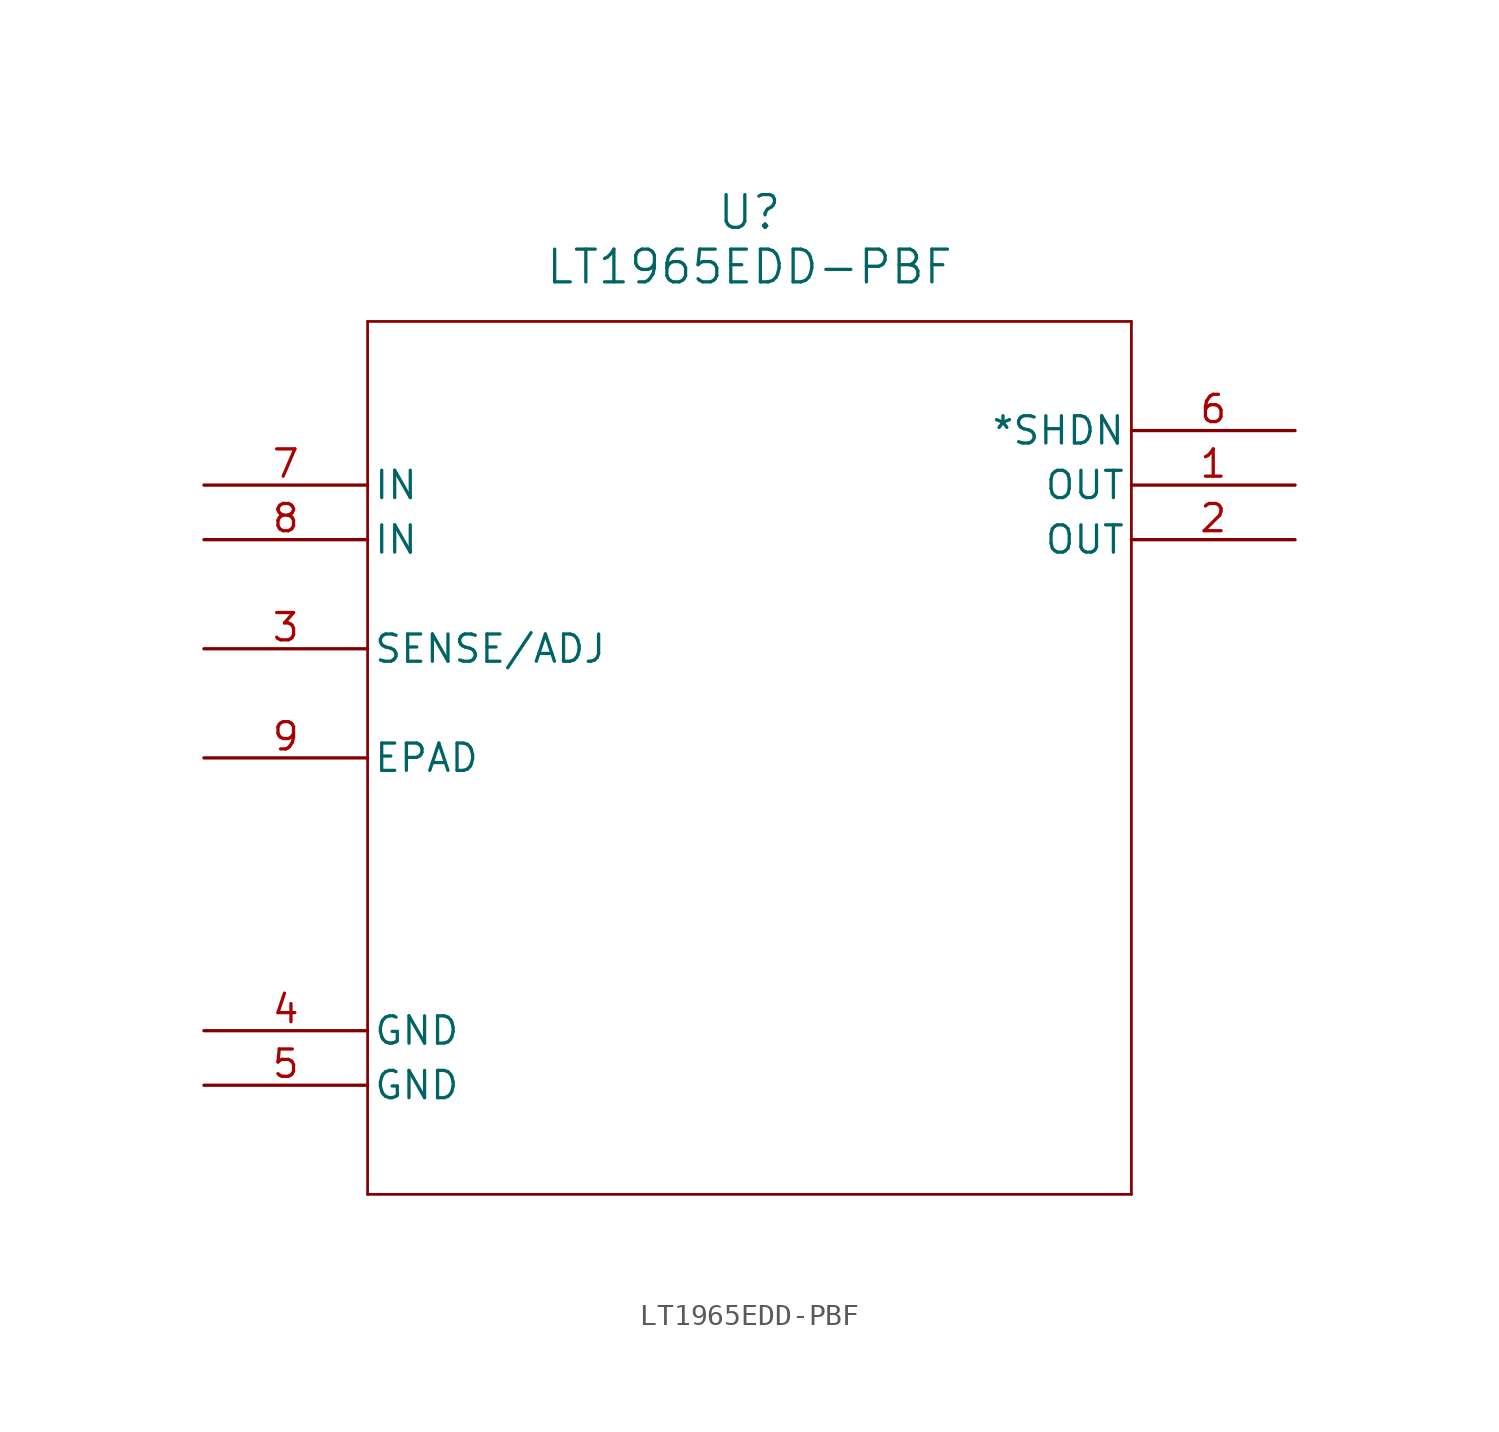
<source format=kicad_sym>
(kicad_symbol_lib
  (version 20211014)
  (generator kicad_symbol_editor)
  (symbol "LT1965EDD-PBF"
    (pin_names
      (offset 0.254))
    (property "Reference" "U"
      (at 25.4 12.7 0)
      (effects (font (size 1.524 1.524))))
    (property "Value" "LT1965EDD-PBF"
      (at 25.4 10.16 0)
      (effects (font (size 1.524 1.524))))
    (symbol "LT1965EDD-PBF_0_1"
      (polyline (pts (xy 7.62 7.62) (xy 7.62 -33.02)) (stroke (width 0.127) (type default) (color 0 0 0 0)) (fill (type none)))
      (polyline (pts (xy 7.62 -33.02) (xy 43.18 -33.02)) (stroke (width 0.127) (type default) (color 0 0 0 0)) (fill (type none)))
      (polyline (pts (xy 43.18 -33.02) (xy 43.18 7.62)) (stroke (width 0.127) (type default) (color 0 0 0 0)) (fill (type none)))
      (polyline (pts (xy 43.18 7.62) (xy 7.62 7.62)) (stroke (width 0.127) (type default) (color 0 0 0 0)) (fill (type none)))
      (pin output line (at 50.8 0 180) (length 7.62) (name "OUT" (effects (font (size 1.27 1.27)))) (number "1" (effects (font (size 1.27 1.27)))))
      (pin output line (at 50.8 -2.54 180) (length 7.62) (name "OUT" (effects (font (size 1.27 1.27)))) (number "2" (effects (font (size 1.27 1.27)))))
      (pin input line (at 0 -7.62 0) (length 7.62) (name "SENSE/ADJ" (effects (font (size 1.27 1.27)))) (number "3" (effects (font (size 1.27 1.27)))))
      (pin power_in line (at 0 -25.4 0) (length 7.62) (name "GND" (effects (font (size 1.27 1.27)))) (number "4" (effects (font (size 1.27 1.27)))))
      (pin power_in line (at 0 -27.94 0) (length 7.62) (name "GND" (effects (font (size 1.27 1.27)))) (number "5" (effects (font (size 1.27 1.27)))))
      (pin output line (at 50.8 2.54 180) (length 7.62) (name "*SHDN" (effects (font (size 1.27 1.27)))) (number "6" (effects (font (size 1.27 1.27)))))
      (pin input line (at 0 0 0) (length 7.62) (name "IN" (effects (font (size 1.27 1.27)))) (number "7" (effects (font (size 1.27 1.27)))))
      (pin input line (at 0 -2.54 0) (length 7.62) (name "IN" (effects (font (size 1.27 1.27)))) (number "8" (effects (font (size 1.27 1.27)))))
      (pin unspecified line (at 0 -12.7 0) (length 7.62) (name "EPAD" (effects (font (size 1.27 1.27)))) (number "9" (effects (font (size 1.27 1.27))))))))
</source>
